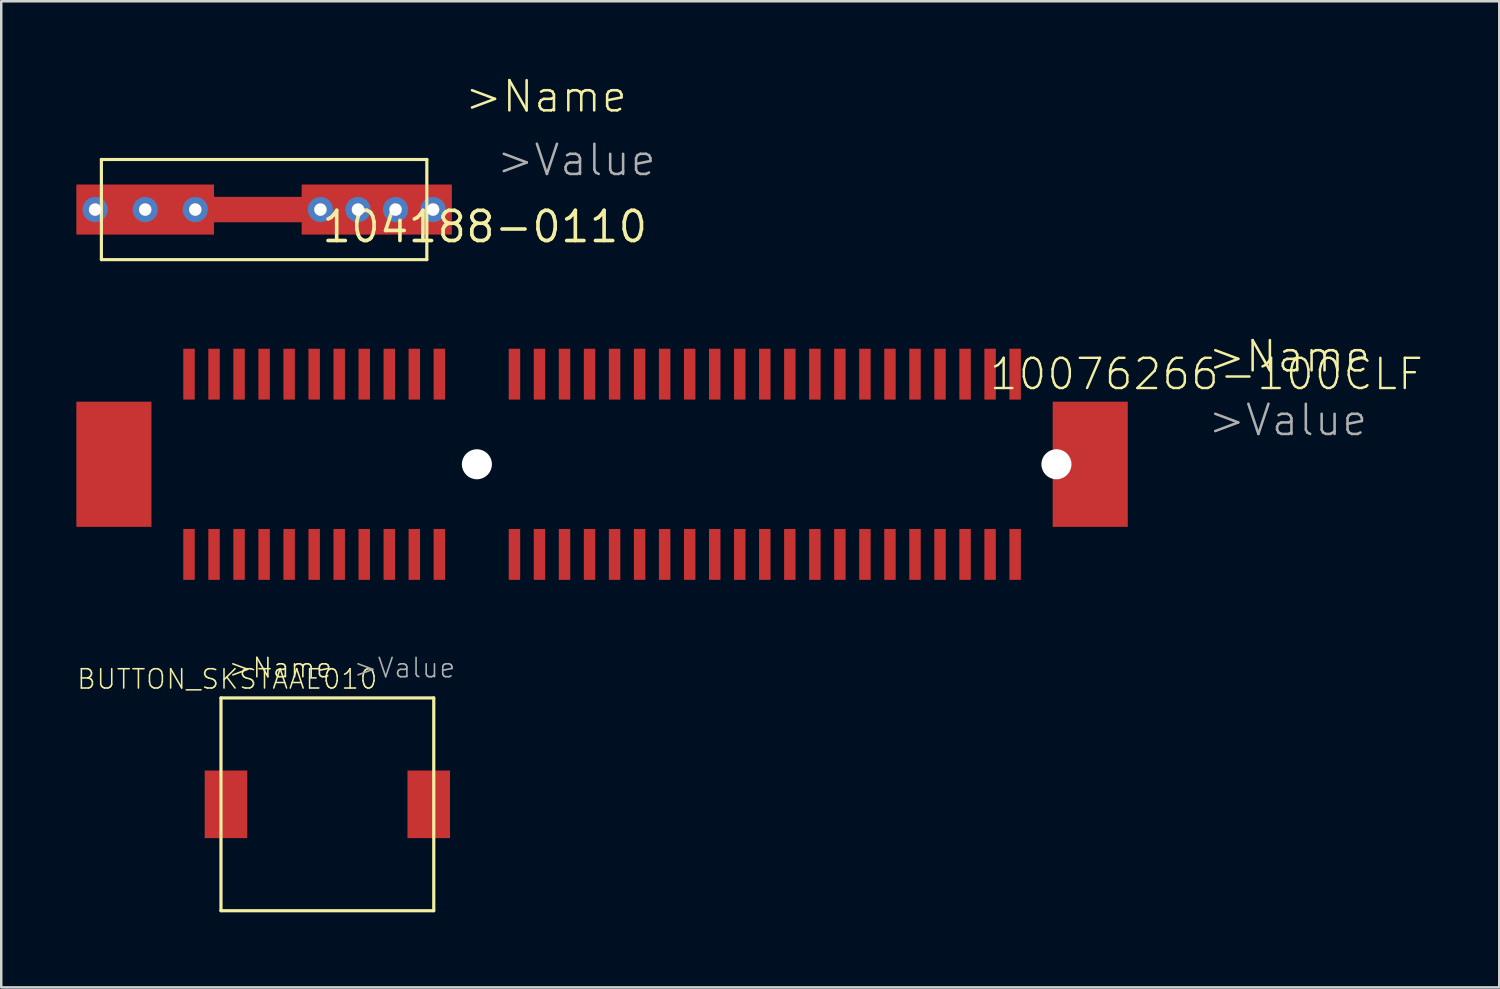
<source format=kicad_pcb>
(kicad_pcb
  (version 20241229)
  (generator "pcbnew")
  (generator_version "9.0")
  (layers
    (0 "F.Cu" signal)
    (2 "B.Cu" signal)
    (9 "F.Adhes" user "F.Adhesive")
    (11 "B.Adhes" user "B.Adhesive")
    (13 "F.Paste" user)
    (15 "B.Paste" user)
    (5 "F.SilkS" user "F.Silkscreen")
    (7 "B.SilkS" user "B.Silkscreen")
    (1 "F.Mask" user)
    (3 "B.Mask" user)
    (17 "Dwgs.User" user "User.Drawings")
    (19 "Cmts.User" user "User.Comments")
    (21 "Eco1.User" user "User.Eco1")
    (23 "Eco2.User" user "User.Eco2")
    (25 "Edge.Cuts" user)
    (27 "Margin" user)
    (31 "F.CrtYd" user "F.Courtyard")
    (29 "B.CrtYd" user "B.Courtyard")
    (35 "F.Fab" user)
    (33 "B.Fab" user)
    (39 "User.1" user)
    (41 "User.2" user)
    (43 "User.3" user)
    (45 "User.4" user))
  (footprint "BUTTON_SKSTAAE010"
    (layer "F.Cu")
    (at 10.027 29.079)
    (property "Reference" "BUTTON_SKSTAAE010" (at -4 -5 180) (layer "F.SilkS") (effects (font (size 0.772 0.772) (thickness 0.062))))
    (attr through_hole)
    (fp_line (start -4.25 -4.25) (end -4.25 4.25) (stroke (width 0.127) (type solid)) (layer "F.SilkS"))
    (fp_line (start -4.25 4.25) (end 4.25 4.25) (stroke (width 0.127) (type solid)) (layer "F.SilkS"))
    (fp_line (start 4.25 -4.25) (end -4.25 -4.25) (stroke (width 0.127) (type solid)) (layer "F.SilkS"))
    (fp_line (start 4.25 4.25) (end 4.25 -4.25) (stroke (width 0.127) (type solid)) (layer "F.SilkS"))
    (fp_text user ">Name" (at -4 -5 0) (layer "F.SilkS") (effects (font (size 0.772 0.772) (thickness 0.065)) (justify left bottom)))
    (fp_text user ">Value" (at 1 -5 0) (layer "F.Fab") (effects (font (size 0.772 0.772) (thickness 0.065)) (justify left bottom)))
    (pad "P$1" smd rect (at -4.05 0) (size 1.7 2.7) (layers "F.Cu" "F.Mask" "F.Paste"))
    (pad "P$2" smd rect (at 4.05 0) (size 1.7 2.7) (layers "F.Cu" "F.Mask" "F.Paste")))
  (footprint "10076266-100CLF"
    (layer "F.Cu")
    (at 4.5 11.896)
    (property "Reference" "10076266-100CLF" (at 40.64 0 0) (layer "F.SilkS") (effects (font (size 1.206 1.206) (thickness 0.097))))
    (attr through_hole)
    (fp_text user ">Name" (at 40.64 0 0) (layer "F.SilkS") (effects (font (size 1.206 1.206) (thickness 0.102)) (justify left bottom)))
    (fp_text user ">Value" (at 40.64 2.54 0) (layer "F.Fab") (effects (font (size 1.206 1.206) (thickness 0.102)) (justify left bottom)))
    (pad "" np_thru_hole circle (at 11.5 3.6) (size 1.2 1.2) (drill 1.2) (layers "*.Cu" "*.Mask"))
    (pad "" np_thru_hole circle (at 34.65 3.6) (size 1.2 1.2) (drill 1.2) (layers "*.Cu" "*.Mask"))
    (pad "P$1" smd rect (at 0 0 90) (size 2.032 0.457) (layers "F.Cu" "F.Mask" "F.Paste"))
    (pad "P$2" smd rect (at 1 0 90) (size 2.032 0.457) (layers "F.Cu" "F.Mask" "F.Paste"))
    (pad "P$3" smd rect (at 2 0 90) (size 2.032 0.457) (layers "F.Cu" "F.Mask" "F.Paste"))
    (pad "P$4" smd rect (at 3 0 90) (size 2.032 0.457) (layers "F.Cu" "F.Mask" "F.Paste"))
    (pad "P$5" smd rect (at 4 0 90) (size 2.032 0.457) (layers "F.Cu" "F.Mask" "F.Paste"))
    (pad "P$6" smd rect (at 5 0 90) (size 2.032 0.457) (layers "F.Cu" "F.Mask" "F.Paste"))
    (pad "P$7" smd rect (at 6 0 90) (size 2.032 0.457) (layers "F.Cu" "F.Mask" "F.Paste"))
    (pad "P$8" smd rect (at 7 0 90) (size 2.032 0.457) (layers "F.Cu" "F.Mask" "F.Paste"))
    (pad "P$9" smd rect (at 8 0 90) (size 2.032 0.457) (layers "F.Cu" "F.Mask" "F.Paste"))
    (pad "P$10" smd rect (at 9 0 90) (size 2.032 0.457) (layers "F.Cu" "F.Mask" "F.Paste"))
    (pad "P$11" smd rect (at 10 0 90) (size 2.032 0.457) (layers "F.Cu" "F.Mask" "F.Paste"))
    (pad "P$12" smd rect (at 13 0 90) (size 2.032 0.457) (layers "F.Cu" "F.Mask" "F.Paste"))
    (pad "P$13" smd rect (at 14 0 90) (size 2.032 0.457) (layers "F.Cu" "F.Mask" "F.Paste"))
    (pad "P$14" smd rect (at 15 0 90) (size 2.032 0.457) (layers "F.Cu" "F.Mask" "F.Paste"))
    (pad "P$15" smd rect (at 16 0 90) (size 2.032 0.457) (layers "F.Cu" "F.Mask" "F.Paste"))
    (pad "P$16" smd rect (at 17 0 90) (size 2.032 0.457) (layers "F.Cu" "F.Mask" "F.Paste"))
    (pad "P$17" smd rect (at 18 0 90) (size 2.032 0.457) (layers "F.Cu" "F.Mask" "F.Paste"))
    (pad "P$18" smd rect (at 19 0 90) (size 2.032 0.457) (layers "F.Cu" "F.Mask" "F.Paste"))
    (pad "P$19" smd rect (at 20 0 90) (size 2.032 0.457) (layers "F.Cu" "F.Mask" "F.Paste"))
    (pad "P$20" smd rect (at 21 0 90) (size 2.032 0.457) (layers "F.Cu" "F.Mask" "F.Paste"))
    (pad "P$21" smd rect (at 22 0 90) (size 2.032 0.457) (layers "F.Cu" "F.Mask" "F.Paste"))
    (pad "P$22" smd rect (at 23 0 90) (size 2.032 0.457) (layers "F.Cu" "F.Mask" "F.Paste"))
    (pad "P$23" smd rect (at 24 0 90) (size 2.032 0.457) (layers "F.Cu" "F.Mask" "F.Paste"))
    (pad "P$24" smd rect (at 25 0 90) (size 2.032 0.457) (layers "F.Cu" "F.Mask" "F.Paste"))
    (pad "P$25" smd rect (at 26 0 90) (size 2.032 0.457) (layers "F.Cu" "F.Mask" "F.Paste"))
    (pad "P$26" smd rect (at 27 0 90) (size 2.032 0.457) (layers "F.Cu" "F.Mask" "F.Paste"))
    (pad "P$27" smd rect (at 28 0 90) (size 2.032 0.457) (layers "F.Cu" "F.Mask" "F.Paste"))
    (pad "P$28" smd rect (at 29 0 90) (size 2.032 0.457) (layers "F.Cu" "F.Mask" "F.Paste"))
    (pad "P$29" smd rect (at 30 0 90) (size 2.032 0.457) (layers "F.Cu" "F.Mask" "F.Paste"))
    (pad "P$30" smd rect (at 31 0 90) (size 2.032 0.457) (layers "F.Cu" "F.Mask" "F.Paste"))
    (pad "P$31" smd rect (at 32 0 90) (size 2.032 0.457) (layers "F.Cu" "F.Mask" "F.Paste"))
    (pad "P$32" smd rect (at 33 0 90) (size 2.032 0.457) (layers "F.Cu" "F.Mask" "F.Paste"))
    (pad "P$33" smd rect (at 0 7.2 90) (size 2.032 0.457) (layers "F.Cu" "F.Mask" "F.Paste"))
    (pad "P$34" smd rect (at 1 7.2 90) (size 2.032 0.457) (layers "F.Cu" "F.Mask" "F.Paste"))
    (pad "P$35" smd rect (at 2 7.2 90) (size 2.032 0.457) (layers "F.Cu" "F.Mask" "F.Paste"))
    (pad "P$36" smd rect (at 3 7.2 90) (size 2.032 0.457) (layers "F.Cu" "F.Mask" "F.Paste"))
    (pad "P$37" smd rect (at 4 7.2 90) (size 2.032 0.457) (layers "F.Cu" "F.Mask" "F.Paste"))
    (pad "P$38" smd rect (at 5 7.2 90) (size 2.032 0.457) (layers "F.Cu" "F.Mask" "F.Paste"))
    (pad "P$39" smd rect (at 6 7.2 90) (size 2.032 0.457) (layers "F.Cu" "F.Mask" "F.Paste"))
    (pad "P$40" smd rect (at 7 7.2 90) (size 2.032 0.457) (layers "F.Cu" "F.Mask" "F.Paste"))
    (pad "P$41" smd rect (at 8 7.2 90) (size 2.032 0.457) (layers "F.Cu" "F.Mask" "F.Paste"))
    (pad "P$42" smd rect (at 9 7.2 90) (size 2.032 0.457) (layers "F.Cu" "F.Mask" "F.Paste"))
    (pad "P$43" smd rect (at 10 7.2 90) (size 2.032 0.457) (layers "F.Cu" "F.Mask" "F.Paste"))
    (pad "P$44" smd rect (at 13 7.2 90) (size 2.032 0.457) (layers "F.Cu" "F.Mask" "F.Paste"))
    (pad "P$45" smd rect (at 14 7.2 90) (size 2.032 0.457) (layers "F.Cu" "F.Mask" "F.Paste"))
    (pad "P$46" smd rect (at 15 7.2 90) (size 2.032 0.457) (layers "F.Cu" "F.Mask" "F.Paste"))
    (pad "P$47" smd rect (at 16 7.2 90) (size 2.032 0.457) (layers "F.Cu" "F.Mask" "F.Paste"))
    (pad "P$48" smd rect (at 17 7.2 90) (size 2.032 0.457) (layers "F.Cu" "F.Mask" "F.Paste"))
    (pad "P$49" smd rect (at 18 7.2 90) (size 2.032 0.457) (layers "F.Cu" "F.Mask" "F.Paste"))
    (pad "P$50" smd rect (at 19 7.2 90) (size 2.032 0.457) (layers "F.Cu" "F.Mask" "F.Paste"))
    (pad "P$51" smd rect (at 20 7.2 90) (size 2.032 0.457) (layers "F.Cu" "F.Mask" "F.Paste"))
    (pad "P$52" smd rect (at 21 7.2 90) (size 2.032 0.457) (layers "F.Cu" "F.Mask" "F.Paste"))
    (pad "P$53" smd rect (at 22 7.2 90) (size 2.032 0.457) (layers "F.Cu" "F.Mask" "F.Paste"))
    (pad "P$54" smd rect (at 23 7.2 90) (size 2.032 0.457) (layers "F.Cu" "F.Mask" "F.Paste"))
    (pad "P$55" smd rect (at 24 7.2 90) (size 2.032 0.457) (layers "F.Cu" "F.Mask" "F.Paste"))
    (pad "P$56" smd rect (at 25 7.2 90) (size 2.032 0.457) (layers "F.Cu" "F.Mask" "F.Paste"))
    (pad "P$57" smd rect (at 26 7.2 90) (size 2.032 0.457) (layers "F.Cu" "F.Mask" "F.Paste"))
    (pad "P$58" smd rect (at 27 7.2 90) (size 2.032 0.457) (layers "F.Cu" "F.Mask" "F.Paste"))
    (pad "P$59" smd rect (at 28 7.2 90) (size 2.032 0.457) (layers "F.Cu" "F.Mask" "F.Paste"))
    (pad "P$60" smd rect (at 29 7.2 90) (size 2.032 0.457) (layers "F.Cu" "F.Mask" "F.Paste"))
    (pad "P$61" smd rect (at 30 7.2 90) (size 2.032 0.457) (layers "F.Cu" "F.Mask" "F.Paste"))
    (pad "P$62" smd rect (at 31 7.2 90) (size 2.032 0.457) (layers "F.Cu" "F.Mask" "F.Paste"))
    (pad "P$63" smd rect (at 32 7.2 90) (size 2.032 0.457) (layers "F.Cu" "F.Mask" "F.Paste"))
    (pad "P$64" smd rect (at 33 7.2 90) (size 2.032 0.457) (layers "F.Cu" "F.Mask" "F.Paste"))
    (pad "SOLDER-NAIL@1" smd rect (at -3 3.6) (size 3 5) (layers "F.Cu" "F.Mask" "F.Paste"))
    (pad "SOLDER-NAIL@2" smd rect (at 36 3.6) (size 3 5) (layers "F.Cu" "F.Mask" "F.Paste")))
  (footprint "104188-0110"
    (layer "F.Cu")
    (at 2.75 5.321)
    (property "Reference" "104188-0110" (at 13.564 0.686 0) (layer "F.SilkS") (effects (font (size 1.206 1.206) (thickness 0.145))))
    (attr through_hole)
    (fp_line (start 0 0) (end 9.5 0) (stroke (width 1.016) (type solid)) (layer "F.Cu"))
    (fp_line (start -1.75 -2) (end 11.25 -2) (stroke (width 0.127) (type solid)) (layer "F.SilkS"))
    (fp_line (start -1.75 2) (end -1.75 -2) (stroke (width 0.127) (type solid)) (layer "F.SilkS"))
    (fp_line (start 11.25 -2) (end 11.25 2) (stroke (width 0.127) (type solid)) (layer "F.SilkS"))
    (fp_line (start 11.25 2) (end -1.75 2) (stroke (width 0.127) (type solid)) (layer "F.SilkS"))
    (fp_text user ">Name" (at 12.7 -3.81 0) (layer "F.SilkS") (effects (font (size 1.206 1.206) (thickness 0.102)) (justify left bottom)))
    (fp_text user ">Value" (at 13.97 -1.27 0) (layer "F.Fab") (effects (font (size 1.206 1.206) (thickness 0.102)) (justify left bottom)))
    (pad "1@1" smd rect (at 0 0) (size 5.5 2) (layers "F.Cu" "F.Mask" "F.Paste"))
    (pad "1@2" smd rect (at 9.25 0) (size 6 2) (layers "F.Cu" "F.Mask" "F.Paste"))
    (pad "1@3" thru_hole circle (at -2 0) (size 1.008 1.008) (drill 0.5) (layers "*.Cu" "*.Mask"))
    (pad "1@4" thru_hole circle (at 0 0) (size 1.008 1.008) (drill 0.5) (layers "*.Cu" "*.Mask"))
    (pad "1@5" thru_hole circle (at 2 0) (size 1.008 1.008) (drill 0.5) (layers "*.Cu" "*.Mask"))
    (pad "1@6" thru_hole circle (at 7 0) (size 1.008 1.008) (drill 0.5) (layers "*.Cu" "*.Mask"))
    (pad "1@7" thru_hole circle (at 8.5 0) (size 1.008 1.008) (drill 0.5) (layers "*.Cu" "*.Mask"))
    (pad "1@9" thru_hole circle (at 10 0) (size 1.008 1.008) (drill 0.5) (layers "*.Cu" "*.Mask"))
    (pad "1@10" thru_hole circle (at 11.5 0) (size 1.008 1.008) (drill 0.5) (layers "*.Cu" "*.Mask")))
  (gr_rect
    (start -3 -3)
    (end 56.839 36.393)
    (stroke (width 0.1) (type default))
    (fill no)
    (layer "Edge.Cuts")))
</source>
